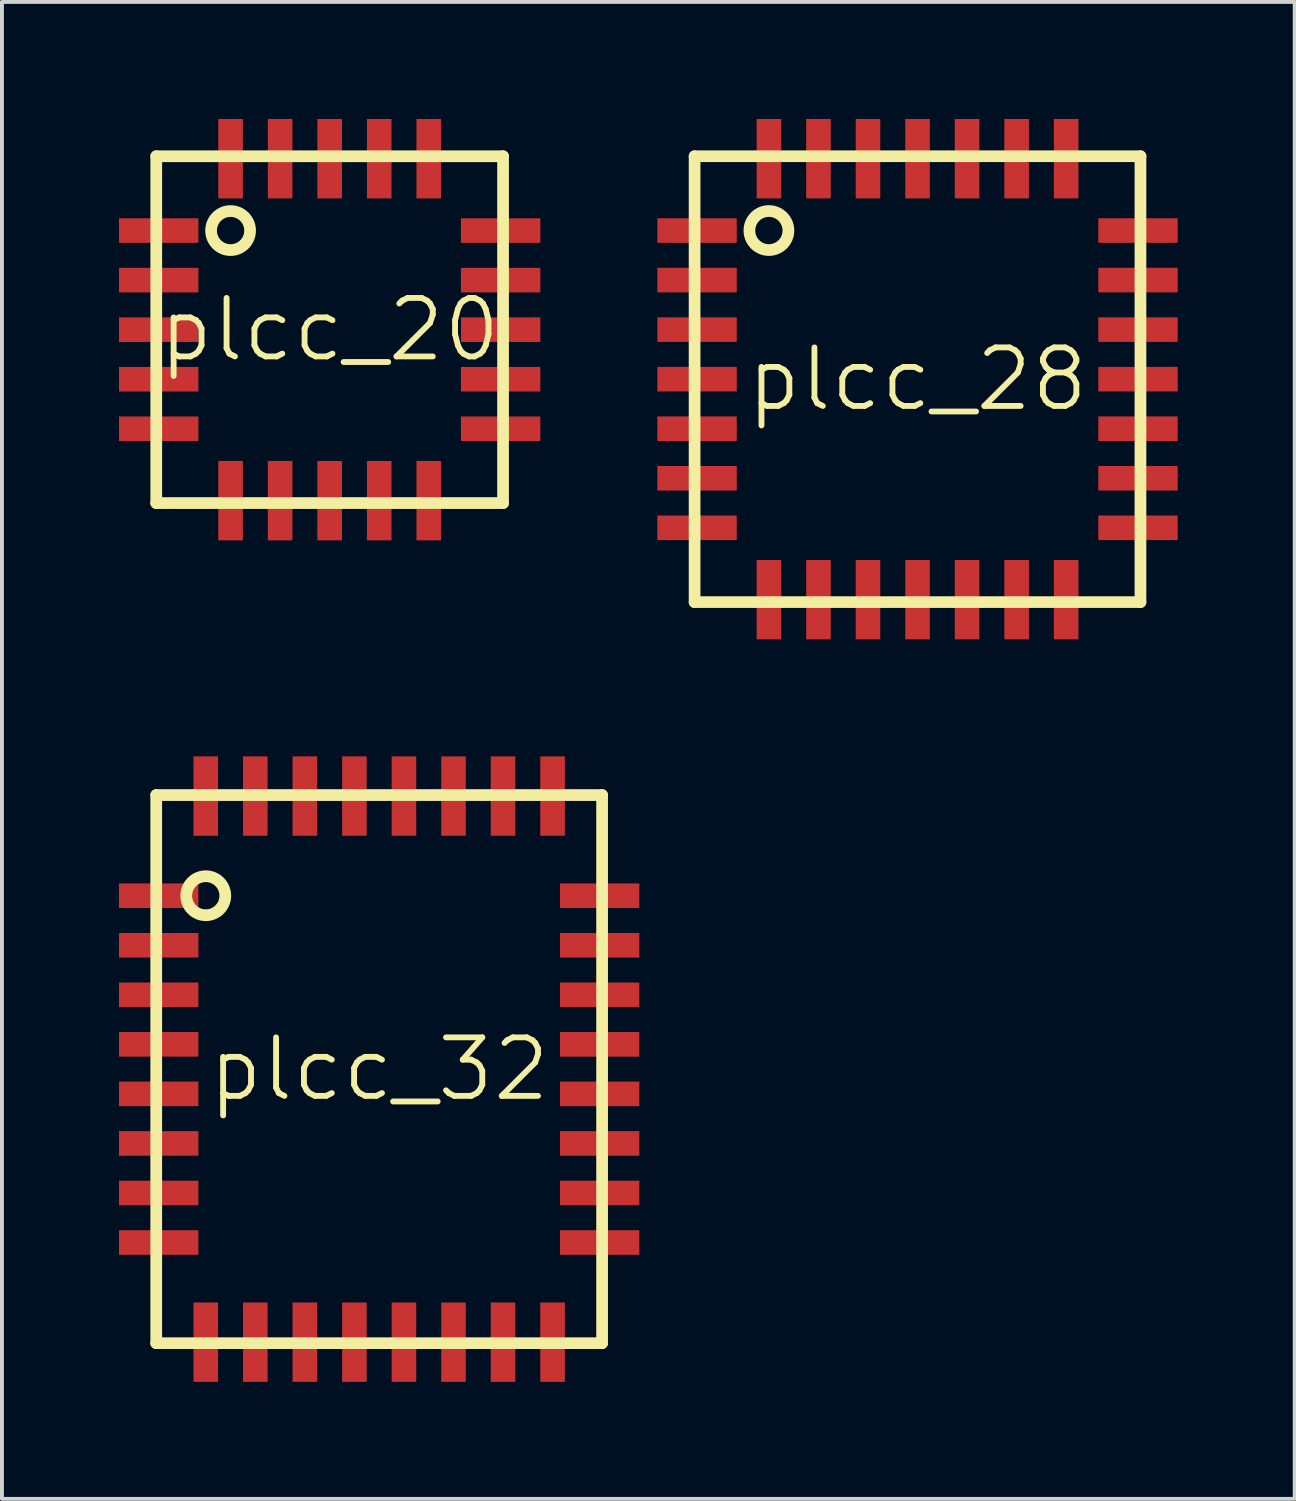
<source format=kicad_pcb>
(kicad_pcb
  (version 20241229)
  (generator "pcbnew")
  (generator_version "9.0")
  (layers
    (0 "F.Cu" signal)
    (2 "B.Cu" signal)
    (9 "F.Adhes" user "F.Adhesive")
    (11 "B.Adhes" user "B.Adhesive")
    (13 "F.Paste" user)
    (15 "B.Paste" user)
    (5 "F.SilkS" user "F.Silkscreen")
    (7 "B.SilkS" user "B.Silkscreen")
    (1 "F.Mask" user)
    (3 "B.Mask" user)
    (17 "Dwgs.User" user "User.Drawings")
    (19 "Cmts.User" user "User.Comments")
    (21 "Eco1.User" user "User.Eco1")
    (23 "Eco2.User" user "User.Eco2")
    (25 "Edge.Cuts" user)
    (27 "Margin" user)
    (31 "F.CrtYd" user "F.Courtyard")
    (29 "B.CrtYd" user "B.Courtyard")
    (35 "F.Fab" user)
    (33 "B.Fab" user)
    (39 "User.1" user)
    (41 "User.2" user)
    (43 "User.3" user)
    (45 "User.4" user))
  (footprint "plcc_20"
    (layer "F.Cu")
    (at 5.401 5.401)
    (property "Reference" "plcc_20" (at 0 0 0) (layer "F.SilkS") (effects (font (size 1.5 1.5) (thickness 0.15))))
    (attr through_hole)
    (fp_line (start -4.445 -4.445) (end 4.445 -4.445) (stroke (width 0.3) (type solid)) (layer "F.SilkS"))
    (fp_line (start -4.445 4.445) (end -4.445 -4.445) (stroke (width 0.3) (type solid)) (layer "F.SilkS"))
    (fp_line (start 4.445 -4.445) (end 4.445 4.445) (stroke (width 0.3) (type solid)) (layer "F.SilkS"))
    (fp_line (start 4.445 4.445) (end -4.445 4.445) (stroke (width 0.3) (type solid)) (layer "F.SilkS"))
    (fp_circle (center -2.54 -2.54) (end -2.04 -2.54) (stroke (width 0.3) (type solid)) (fill no) (layer "F.SilkS"))
    (pad "1" smd rect (at -4.383 -2.54 90) (size 0.63 2.035) (layers "F.Cu" "F.Mask" "F.Paste"))
    (pad "2" smd rect (at -4.383 -1.27 90) (size 0.63 2.035) (layers "F.Cu" "F.Mask" "F.Paste"))
    (pad "3" smd rect (at -4.383 0 90) (size 0.63 2.035) (layers "F.Cu" "F.Mask" "F.Paste"))
    (pad "4" smd rect (at -4.383 1.27 90) (size 0.63 2.035) (layers "F.Cu" "F.Mask" "F.Paste"))
    (pad "5" smd rect (at -4.383 2.54 90) (size 0.63 2.035) (layers "F.Cu" "F.Mask" "F.Paste"))
    (pad "6" smd rect (at -2.54 4.383) (size 0.63 2.035) (layers "F.Cu" "F.Mask" "F.Paste"))
    (pad "7" smd rect (at -1.27 4.383) (size 0.63 2.035) (layers "F.Cu" "F.Mask" "F.Paste"))
    (pad "8" smd rect (at 0 4.383) (size 0.63 2.035) (layers "F.Cu" "F.Mask" "F.Paste"))
    (pad "9" smd rect (at 1.27 4.383) (size 0.63 2.035) (layers "F.Cu" "F.Mask" "F.Paste"))
    (pad "10" smd rect (at 2.54 4.383) (size 0.63 2.035) (layers "F.Cu" "F.Mask" "F.Paste"))
    (pad "11" smd rect (at 4.383 2.54 90) (size 0.63 2.035) (layers "F.Cu" "F.Mask" "F.Paste"))
    (pad "12" smd rect (at 4.383 1.27 90) (size 0.63 2.035) (layers "F.Cu" "F.Mask" "F.Paste"))
    (pad "13" smd rect (at 4.383 0 90) (size 0.63 2.035) (layers "F.Cu" "F.Mask" "F.Paste"))
    (pad "14" smd rect (at 4.383 -1.27 90) (size 0.63 2.035) (layers "F.Cu" "F.Mask" "F.Paste"))
    (pad "15" smd rect (at 4.383 -2.54 90) (size 0.63 2.035) (layers "F.Cu" "F.Mask" "F.Paste"))
    (pad "16" smd rect (at 2.54 -4.383) (size 0.63 2.035) (layers "F.Cu" "F.Mask" "F.Paste"))
    (pad "17" smd rect (at 1.27 -4.383) (size 0.63 2.035) (layers "F.Cu" "F.Mask" "F.Paste"))
    (pad "18" smd rect (at 0 -4.383) (size 0.63 2.035) (layers "F.Cu" "F.Mask" "F.Paste"))
    (pad "19" smd rect (at -1.27 -4.383) (size 0.63 2.035) (layers "F.Cu" "F.Mask" "F.Paste"))
    (pad "20" smd rect (at -2.54 -4.383) (size 0.63 2.035) (layers "F.Cu" "F.Mask" "F.Paste")))
  (footprint "plcc_28"
    (layer "F.Cu")
    (at 20.471 6.67)
    (property "Reference" "plcc_28" (at 0 0 0) (layer "F.SilkS") (effects (font (size 1.5 1.5) (thickness 0.15))))
    (attr through_hole)
    (fp_line (start -5.715 -5.715) (end 5.715 -5.715) (stroke (width 0.3) (type solid)) (layer "F.SilkS"))
    (fp_line (start -5.715 5.715) (end -5.715 -5.715) (stroke (width 0.3) (type solid)) (layer "F.SilkS"))
    (fp_line (start 5.715 -5.715) (end 5.715 5.715) (stroke (width 0.3) (type solid)) (layer "F.SilkS"))
    (fp_line (start 5.715 5.715) (end -5.715 5.715) (stroke (width 0.3) (type solid)) (layer "F.SilkS"))
    (fp_circle (center -3.81 -3.81) (end -3.31 -3.81) (stroke (width 0.3) (type solid)) (fill no) (layer "F.SilkS"))
    (pad "1" smd rect (at -5.652 -3.81 90) (size 0.63 2.035) (layers "F.Cu" "F.Mask" "F.Paste"))
    (pad "2" smd rect (at -5.652 -2.54 90) (size 0.63 2.035) (layers "F.Cu" "F.Mask" "F.Paste"))
    (pad "3" smd rect (at -5.652 -1.27 90) (size 0.63 2.035) (layers "F.Cu" "F.Mask" "F.Paste"))
    (pad "4" smd rect (at -5.652 0 90) (size 0.63 2.035) (layers "F.Cu" "F.Mask" "F.Paste"))
    (pad "5" smd rect (at -5.652 1.27 90) (size 0.63 2.035) (layers "F.Cu" "F.Mask" "F.Paste"))
    (pad "6" smd rect (at -5.652 2.54 90) (size 0.63 2.035) (layers "F.Cu" "F.Mask" "F.Paste"))
    (pad "7" smd rect (at -5.652 3.81 90) (size 0.63 2.035) (layers "F.Cu" "F.Mask" "F.Paste"))
    (pad "8" smd rect (at -3.81 5.652) (size 0.63 2.035) (layers "F.Cu" "F.Mask" "F.Paste"))
    (pad "9" smd rect (at -2.54 5.652) (size 0.63 2.035) (layers "F.Cu" "F.Mask" "F.Paste"))
    (pad "10" smd rect (at -1.27 5.652) (size 0.63 2.035) (layers "F.Cu" "F.Mask" "F.Paste"))
    (pad "11" smd rect (at 0 5.652) (size 0.63 2.035) (layers "F.Cu" "F.Mask" "F.Paste"))
    (pad "12" smd rect (at 1.27 5.652) (size 0.63 2.035) (layers "F.Cu" "F.Mask" "F.Paste"))
    (pad "13" smd rect (at 2.54 5.652) (size 0.63 2.035) (layers "F.Cu" "F.Mask" "F.Paste"))
    (pad "14" smd rect (at 3.81 5.652) (size 0.63 2.035) (layers "F.Cu" "F.Mask" "F.Paste"))
    (pad "15" smd rect (at 5.652 3.81 90) (size 0.63 2.035) (layers "F.Cu" "F.Mask" "F.Paste"))
    (pad "16" smd rect (at 5.652 2.54 90) (size 0.63 2.035) (layers "F.Cu" "F.Mask" "F.Paste"))
    (pad "17" smd rect (at 5.652 1.27 90) (size 0.63 2.035) (layers "F.Cu" "F.Mask" "F.Paste"))
    (pad "18" smd rect (at 5.652 0 90) (size 0.63 2.035) (layers "F.Cu" "F.Mask" "F.Paste"))
    (pad "19" smd rect (at 5.652 -1.27 90) (size 0.63 2.035) (layers "F.Cu" "F.Mask" "F.Paste"))
    (pad "20" smd rect (at 5.652 -2.54 90) (size 0.63 2.035) (layers "F.Cu" "F.Mask" "F.Paste"))
    (pad "21" smd rect (at 5.652 -3.81 90) (size 0.63 2.035) (layers "F.Cu" "F.Mask" "F.Paste"))
    (pad "22" smd rect (at 3.81 -5.652) (size 0.63 2.035) (layers "F.Cu" "F.Mask" "F.Paste"))
    (pad "23" smd rect (at 2.54 -5.652) (size 0.63 2.035) (layers "F.Cu" "F.Mask" "F.Paste"))
    (pad "24" smd rect (at 1.27 -5.652) (size 0.63 2.035) (layers "F.Cu" "F.Mask" "F.Paste"))
    (pad "25" smd rect (at 0 -5.652) (size 0.63 2.035) (layers "F.Cu" "F.Mask" "F.Paste"))
    (pad "26" smd rect (at -1.27 -5.652) (size 0.63 2.035) (layers "F.Cu" "F.Mask" "F.Paste"))
    (pad "27" smd rect (at -2.54 -5.652) (size 0.63 2.035) (layers "F.Cu" "F.Mask" "F.Paste"))
    (pad "28" smd rect (at -3.81 -5.652) (size 0.63 2.035) (layers "F.Cu" "F.Mask" "F.Paste")))
  (footprint "plcc_32"
    (layer "F.Cu")
    (at 6.67 24.357)
    (property "Reference" "plcc_32" (at 0 0 0) (layer "F.SilkS") (effects (font (size 1.5 1.5) (thickness 0.15))))
    (attr through_hole)
    (fp_line (start -5.715 -7.025) (end 5.715 -7.025) (stroke (width 0.3) (type solid)) (layer "F.SilkS"))
    (fp_line (start -5.715 7.025) (end -5.715 -7.025) (stroke (width 0.3) (type solid)) (layer "F.SilkS"))
    (fp_line (start 5.715 -7.025) (end 5.715 7.025) (stroke (width 0.3) (type solid)) (layer "F.SilkS"))
    (fp_line (start 5.715 7.025) (end -5.715 7.025) (stroke (width 0.3) (type solid)) (layer "F.SilkS"))
    (fp_circle (center -4.445 -4.445) (end -3.945 -4.445) (stroke (width 0.3) (type solid)) (fill no) (layer "F.SilkS"))
    (pad "1" smd rect (at -5.652 -4.445 90) (size 0.63 2.035) (layers "F.Cu" "F.Mask" "F.Paste"))
    (pad "2" smd rect (at -5.652 -3.175 90) (size 0.63 2.035) (layers "F.Cu" "F.Mask" "F.Paste"))
    (pad "3" smd rect (at -5.652 -1.905 90) (size 0.63 2.035) (layers "F.Cu" "F.Mask" "F.Paste"))
    (pad "4" smd rect (at -5.652 -0.635 90) (size 0.63 2.035) (layers "F.Cu" "F.Mask" "F.Paste"))
    (pad "5" smd rect (at -5.652 0.635 90) (size 0.63 2.035) (layers "F.Cu" "F.Mask" "F.Paste"))
    (pad "6" smd rect (at -5.652 1.905 90) (size 0.63 2.035) (layers "F.Cu" "F.Mask" "F.Paste"))
    (pad "7" smd rect (at -5.652 3.175 90) (size 0.63 2.035) (layers "F.Cu" "F.Mask" "F.Paste"))
    (pad "8" smd rect (at -5.652 4.445 90) (size 0.63 2.035) (layers "F.Cu" "F.Mask" "F.Paste"))
    (pad "9" smd rect (at -4.445 7) (size 0.63 2.035) (layers "F.Cu" "F.Mask" "F.Paste"))
    (pad "10" smd rect (at -3.175 7) (size 0.63 2.035) (layers "F.Cu" "F.Mask" "F.Paste"))
    (pad "11" smd rect (at -1.905 7) (size 0.63 2.035) (layers "F.Cu" "F.Mask" "F.Paste"))
    (pad "12" smd rect (at -0.635 7) (size 0.63 2.035) (layers "F.Cu" "F.Mask" "F.Paste"))
    (pad "13" smd rect (at 0.635 7) (size 0.63 2.035) (layers "F.Cu" "F.Mask" "F.Paste"))
    (pad "14" smd rect (at 1.905 7) (size 0.63 2.035) (layers "F.Cu" "F.Mask" "F.Paste"))
    (pad "15" smd rect (at 3.175 7) (size 0.63 2.035) (layers "F.Cu" "F.Mask" "F.Paste"))
    (pad "16" smd rect (at 4.445 7) (size 0.63 2.035) (layers "F.Cu" "F.Mask" "F.Paste"))
    (pad "17" smd rect (at 5.652 4.445 90) (size 0.63 2.035) (layers "F.Cu" "F.Mask" "F.Paste"))
    (pad "18" smd rect (at 5.652 3.175 90) (size 0.63 2.035) (layers "F.Cu" "F.Mask" "F.Paste"))
    (pad "19" smd rect (at 5.652 1.905 90) (size 0.63 2.035) (layers "F.Cu" "F.Mask" "F.Paste"))
    (pad "20" smd rect (at 5.652 0.635 90) (size 0.63 2.035) (layers "F.Cu" "F.Mask" "F.Paste"))
    (pad "21" smd rect (at 5.652 -0.635 90) (size 0.63 2.035) (layers "F.Cu" "F.Mask" "F.Paste"))
    (pad "22" smd rect (at 5.652 -1.905 90) (size 0.63 2.035) (layers "F.Cu" "F.Mask" "F.Paste"))
    (pad "23" smd rect (at 5.652 -3.175 90) (size 0.63 2.035) (layers "F.Cu" "F.Mask" "F.Paste"))
    (pad "24" smd rect (at 5.652 -4.445 90) (size 0.63 2.035) (layers "F.Cu" "F.Mask" "F.Paste"))
    (pad "25" smd rect (at 4.445 -7) (size 0.63 2.035) (layers "F.Cu" "F.Mask" "F.Paste"))
    (pad "26" smd rect (at 3.175 -7) (size 0.63 2.035) (layers "F.Cu" "F.Mask" "F.Paste"))
    (pad "27" smd rect (at 1.905 -7) (size 0.63 2.035) (layers "F.Cu" "F.Mask" "F.Paste"))
    (pad "28" smd rect (at 0.635 -7) (size 0.63 2.035) (layers "F.Cu" "F.Mask" "F.Paste"))
    (pad "29" smd rect (at -0.635 -7) (size 0.63 2.035) (layers "F.Cu" "F.Mask" "F.Paste"))
    (pad "30" smd rect (at -1.905 -7) (size 0.63 2.035) (layers "F.Cu" "F.Mask" "F.Paste"))
    (pad "31" smd rect (at -3.175 -7) (size 0.63 2.035) (layers "F.Cu" "F.Mask" "F.Paste"))
    (pad "32" smd rect (at -4.445 -7) (size 0.63 2.035) (layers "F.Cu" "F.Mask" "F.Paste")))
  (gr_rect
    (start -3 -3)
    (end 30.14 35.374)
    (stroke (width 0.1) (type default))
    (fill no)
    (layer "Edge.Cuts")))
</source>
